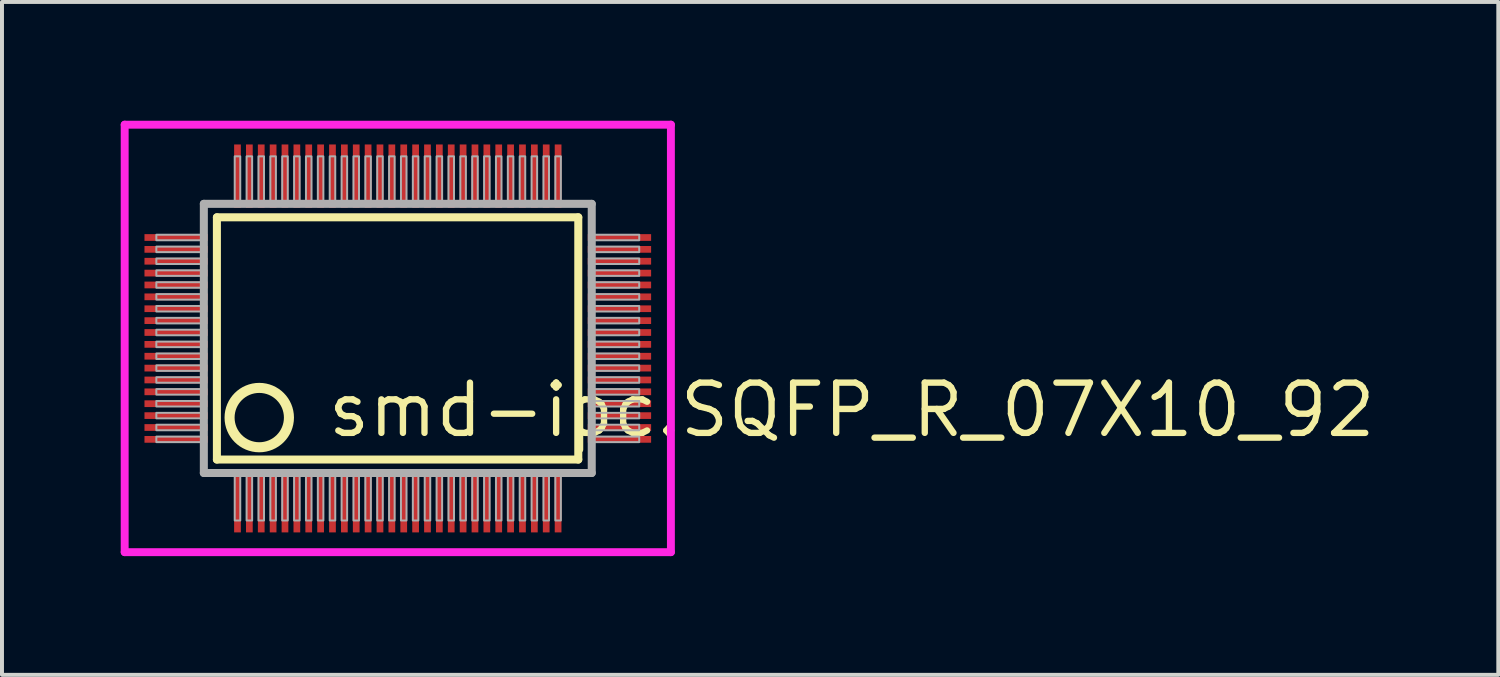
<source format=kicad_pcb>
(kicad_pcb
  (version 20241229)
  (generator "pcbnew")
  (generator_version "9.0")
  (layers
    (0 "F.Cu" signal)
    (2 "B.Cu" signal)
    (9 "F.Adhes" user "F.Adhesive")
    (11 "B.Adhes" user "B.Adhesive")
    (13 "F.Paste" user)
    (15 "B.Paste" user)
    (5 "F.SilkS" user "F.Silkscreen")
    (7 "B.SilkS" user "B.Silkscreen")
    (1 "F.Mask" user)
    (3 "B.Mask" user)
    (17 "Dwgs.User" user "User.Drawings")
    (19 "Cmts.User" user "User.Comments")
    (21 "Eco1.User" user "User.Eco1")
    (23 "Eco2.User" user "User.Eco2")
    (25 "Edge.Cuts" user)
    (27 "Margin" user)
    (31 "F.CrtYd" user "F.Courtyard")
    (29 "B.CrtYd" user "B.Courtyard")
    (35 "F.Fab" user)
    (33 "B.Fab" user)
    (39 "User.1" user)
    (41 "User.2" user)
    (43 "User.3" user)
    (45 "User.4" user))
  (footprint "smd-ipc.SQFP_R_07X10_92"
    (layer "F.Cu")
    (at 7 5.5)
    (property "Reference" "smd-ipc.SQFP_R_07X10_92" (at -1.85 2.55 0) (layer "F.SilkS") (effects (font (size 1.27 1.27) (thickness 0.16)) (justify left bottom)))
    (attr smd)
    (fp_line (start -4.57 -3.06) (end 4.56 -3.06) (stroke (width 0.203) (type default)) (layer "F.SilkS"))
    (fp_line (start -4.57 3.06) (end -4.57 -3.06) (stroke (width 0.203) (type default)) (layer "F.SilkS"))
    (fp_line (start 4.56 -3.06) (end 4.56 3.06) (stroke (width 0.203) (type default)) (layer "F.SilkS"))
    (fp_line (start 4.56 3.06) (end -4.57 3.06) (stroke (width 0.203) (type default)) (layer "F.SilkS"))
    (fp_circle (center -3.5 2) (end -2.75 2) (stroke (width 0.254) (type default)) (fill no) (layer "F.SilkS"))
    (fp_line (start -6.9 -5.4) (end 6.9 -5.4) (stroke (width 0.2) (type default)) (layer "F.CrtYd"))
    (fp_line (start -6.9 5.4) (end -6.9 -5.4) (stroke (width 0.2) (type default)) (layer "F.CrtYd"))
    (fp_line (start 6.9 -5.4) (end 6.9 5.4) (stroke (width 0.2) (type default)) (layer "F.CrtYd"))
    (fp_line (start 6.9 5.4) (end -6.9 5.4) (stroke (width 0.2) (type default)) (layer "F.CrtYd"))
    (fp_line (start -4.9 -3.4) (end -4.9 3.4) (stroke (width 0.203) (type default)) (layer "F.Fab"))
    (fp_line (start -4.9 3.4) (end 4.9 3.4) (stroke (width 0.203) (type default)) (layer "F.Fab"))
    (fp_line (start 4.9 -3.4) (end -4.9 -3.4) (stroke (width 0.203) (type default)) (layer "F.Fab"))
    (fp_line (start 4.9 3.4) (end 4.9 -3.4) (stroke (width 0.203) (type default)) (layer "F.Fab"))
    (fp_rect (start -6.1 -2.48) (end -4.95 -2.62) (stroke (width 0.05) (type default)) (fill no) (layer "F.Fab"))
    (fp_rect (start -6.1 -2.18) (end -4.95 -2.32) (stroke (width 0.05) (type default)) (fill no) (layer "F.Fab"))
    (fp_rect (start -6.1 -1.88) (end -4.95 -2.02) (stroke (width 0.05) (type default)) (fill no) (layer "F.Fab"))
    (fp_rect (start -6.1 -1.58) (end -4.95 -1.72) (stroke (width 0.05) (type default)) (fill no) (layer "F.Fab"))
    (fp_rect (start -6.1 -1.28) (end -4.95 -1.42) (stroke (width 0.05) (type default)) (fill no) (layer "F.Fab"))
    (fp_rect (start -6.1 -0.98) (end -4.95 -1.12) (stroke (width 0.05) (type default)) (fill no) (layer "F.Fab"))
    (fp_rect (start -6.1 -0.68) (end -4.95 -0.82) (stroke (width 0.05) (type default)) (fill no) (layer "F.Fab"))
    (fp_rect (start -6.1 -0.38) (end -4.95 -0.52) (stroke (width 0.05) (type default)) (fill no) (layer "F.Fab"))
    (fp_rect (start -6.1 -0.08) (end -4.95 -0.22) (stroke (width 0.05) (type default)) (fill no) (layer "F.Fab"))
    (fp_rect (start -6.1 0.22) (end -4.95 0.08) (stroke (width 0.05) (type default)) (fill no) (layer "F.Fab"))
    (fp_rect (start -6.1 0.52) (end -4.95 0.38) (stroke (width 0.05) (type default)) (fill no) (layer "F.Fab"))
    (fp_rect (start -6.1 0.82) (end -4.95 0.68) (stroke (width 0.05) (type default)) (fill no) (layer "F.Fab"))
    (fp_rect (start -6.1 1.12) (end -4.95 0.98) (stroke (width 0.05) (type default)) (fill no) (layer "F.Fab"))
    (fp_rect (start -6.1 1.42) (end -4.95 1.28) (stroke (width 0.05) (type default)) (fill no) (layer "F.Fab"))
    (fp_rect (start -6.1 1.72) (end -4.95 1.58) (stroke (width 0.05) (type default)) (fill no) (layer "F.Fab"))
    (fp_rect (start -6.1 2.02) (end -4.95 1.88) (stroke (width 0.05) (type default)) (fill no) (layer "F.Fab"))
    (fp_rect (start -6.1 2.32) (end -4.95 2.18) (stroke (width 0.05) (type default)) (fill no) (layer "F.Fab"))
    (fp_rect (start -6.1 2.62) (end -4.95 2.48) (stroke (width 0.05) (type default)) (fill no) (layer "F.Fab"))
    (fp_rect (start -4.12 -3.45) (end -3.98 -4.6) (stroke (width 0.05) (type default)) (fill no) (layer "F.Fab"))
    (fp_rect (start -4.12 4.6) (end -3.98 3.45) (stroke (width 0.05) (type default)) (fill no) (layer "F.Fab"))
    (fp_rect (start -3.82 -3.45) (end -3.68 -4.6) (stroke (width 0.05) (type default)) (fill no) (layer "F.Fab"))
    (fp_rect (start -3.82 4.6) (end -3.68 3.45) (stroke (width 0.05) (type default)) (fill no) (layer "F.Fab"))
    (fp_rect (start -3.52 -3.45) (end -3.38 -4.6) (stroke (width 0.05) (type default)) (fill no) (layer "F.Fab"))
    (fp_rect (start -3.52 4.6) (end -3.38 3.45) (stroke (width 0.05) (type default)) (fill no) (layer "F.Fab"))
    (fp_rect (start -3.22 -3.45) (end -3.08 -4.6) (stroke (width 0.05) (type default)) (fill no) (layer "F.Fab"))
    (fp_rect (start -3.22 4.6) (end -3.08 3.45) (stroke (width 0.05) (type default)) (fill no) (layer "F.Fab"))
    (fp_rect (start -2.92 -3.45) (end -2.78 -4.6) (stroke (width 0.05) (type default)) (fill no) (layer "F.Fab"))
    (fp_rect (start -2.92 4.6) (end -2.78 3.45) (stroke (width 0.05) (type default)) (fill no) (layer "F.Fab"))
    (fp_rect (start -2.62 -3.45) (end -2.48 -4.6) (stroke (width 0.05) (type default)) (fill no) (layer "F.Fab"))
    (fp_rect (start -2.62 4.6) (end -2.48 3.45) (stroke (width 0.05) (type default)) (fill no) (layer "F.Fab"))
    (fp_rect (start -2.32 -3.45) (end -2.18 -4.6) (stroke (width 0.05) (type default)) (fill no) (layer "F.Fab"))
    (fp_rect (start -2.32 4.6) (end -2.18 3.45) (stroke (width 0.05) (type default)) (fill no) (layer "F.Fab"))
    (fp_rect (start -2.02 -3.45) (end -1.88 -4.6) (stroke (width 0.05) (type default)) (fill no) (layer "F.Fab"))
    (fp_rect (start -2.02 4.6) (end -1.88 3.45) (stroke (width 0.05) (type default)) (fill no) (layer "F.Fab"))
    (fp_rect (start -1.72 -3.45) (end -1.58 -4.6) (stroke (width 0.05) (type default)) (fill no) (layer "F.Fab"))
    (fp_rect (start -1.72 4.6) (end -1.58 3.45) (stroke (width 0.05) (type default)) (fill no) (layer "F.Fab"))
    (fp_rect (start -1.42 -3.45) (end -1.28 -4.6) (stroke (width 0.05) (type default)) (fill no) (layer "F.Fab"))
    (fp_rect (start -1.42 4.6) (end -1.28 3.45) (stroke (width 0.05) (type default)) (fill no) (layer "F.Fab"))
    (fp_rect (start -1.12 -3.45) (end -0.98 -4.6) (stroke (width 0.05) (type default)) (fill no) (layer "F.Fab"))
    (fp_rect (start -1.12 4.6) (end -0.98 3.45) (stroke (width 0.05) (type default)) (fill no) (layer "F.Fab"))
    (fp_rect (start -0.82 -3.45) (end -0.68 -4.6) (stroke (width 0.05) (type default)) (fill no) (layer "F.Fab"))
    (fp_rect (start -0.82 4.6) (end -0.68 3.45) (stroke (width 0.05) (type default)) (fill no) (layer "F.Fab"))
    (fp_rect (start -0.52 -3.45) (end -0.38 -4.6) (stroke (width 0.05) (type default)) (fill no) (layer "F.Fab"))
    (fp_rect (start -0.52 4.6) (end -0.38 3.45) (stroke (width 0.05) (type default)) (fill no) (layer "F.Fab"))
    (fp_rect (start -0.22 -3.45) (end -0.08 -4.6) (stroke (width 0.05) (type default)) (fill no) (layer "F.Fab"))
    (fp_rect (start -0.22 4.6) (end -0.08 3.45) (stroke (width 0.05) (type default)) (fill no) (layer "F.Fab"))
    (fp_rect (start 0.08 -3.45) (end 0.22 -4.6) (stroke (width 0.05) (type default)) (fill no) (layer "F.Fab"))
    (fp_rect (start 0.08 4.6) (end 0.22 3.45) (stroke (width 0.05) (type default)) (fill no) (layer "F.Fab"))
    (fp_rect (start 0.38 -3.45) (end 0.52 -4.6) (stroke (width 0.05) (type default)) (fill no) (layer "F.Fab"))
    (fp_rect (start 0.38 4.6) (end 0.52 3.45) (stroke (width 0.05) (type default)) (fill no) (layer "F.Fab"))
    (fp_rect (start 0.68 -3.45) (end 0.82 -4.6) (stroke (width 0.05) (type default)) (fill no) (layer "F.Fab"))
    (fp_rect (start 0.68 4.6) (end 0.82 3.45) (stroke (width 0.05) (type default)) (fill no) (layer "F.Fab"))
    (fp_rect (start 0.98 -3.45) (end 1.12 -4.6) (stroke (width 0.05) (type default)) (fill no) (layer "F.Fab"))
    (fp_rect (start 0.98 4.6) (end 1.12 3.45) (stroke (width 0.05) (type default)) (fill no) (layer "F.Fab"))
    (fp_rect (start 1.28 -3.45) (end 1.42 -4.6) (stroke (width 0.05) (type default)) (fill no) (layer "F.Fab"))
    (fp_rect (start 1.28 4.6) (end 1.42 3.45) (stroke (width 0.05) (type default)) (fill no) (layer "F.Fab"))
    (fp_rect (start 1.58 -3.45) (end 1.72 -4.6) (stroke (width 0.05) (type default)) (fill no) (layer "F.Fab"))
    (fp_rect (start 1.58 4.6) (end 1.72 3.45) (stroke (width 0.05) (type default)) (fill no) (layer "F.Fab"))
    (fp_rect (start 1.88 -3.45) (end 2.02 -4.6) (stroke (width 0.05) (type default)) (fill no) (layer "F.Fab"))
    (fp_rect (start 1.88 4.6) (end 2.02 3.45) (stroke (width 0.05) (type default)) (fill no) (layer "F.Fab"))
    (fp_rect (start 2.18 -3.45) (end 2.32 -4.6) (stroke (width 0.05) (type default)) (fill no) (layer "F.Fab"))
    (fp_rect (start 2.18 4.6) (end 2.32 3.45) (stroke (width 0.05) (type default)) (fill no) (layer "F.Fab"))
    (fp_rect (start 2.48 -3.45) (end 2.62 -4.6) (stroke (width 0.05) (type default)) (fill no) (layer "F.Fab"))
    (fp_rect (start 2.48 4.6) (end 2.62 3.45) (stroke (width 0.05) (type default)) (fill no) (layer "F.Fab"))
    (fp_rect (start 2.78 -3.45) (end 2.92 -4.6) (stroke (width 0.05) (type default)) (fill no) (layer "F.Fab"))
    (fp_rect (start 2.78 4.6) (end 2.92 3.45) (stroke (width 0.05) (type default)) (fill no) (layer "F.Fab"))
    (fp_rect (start 3.08 -3.45) (end 3.22 -4.6) (stroke (width 0.05) (type default)) (fill no) (layer "F.Fab"))
    (fp_rect (start 3.08 4.6) (end 3.22 3.45) (stroke (width 0.05) (type default)) (fill no) (layer "F.Fab"))
    (fp_rect (start 3.38 -3.45) (end 3.52 -4.6) (stroke (width 0.05) (type default)) (fill no) (layer "F.Fab"))
    (fp_rect (start 3.38 4.6) (end 3.52 3.45) (stroke (width 0.05) (type default)) (fill no) (layer "F.Fab"))
    (fp_rect (start 3.68 -3.45) (end 3.82 -4.6) (stroke (width 0.05) (type default)) (fill no) (layer "F.Fab"))
    (fp_rect (start 3.68 4.6) (end 3.82 3.45) (stroke (width 0.05) (type default)) (fill no) (layer "F.Fab"))
    (fp_rect (start 3.98 -3.45) (end 4.12 -4.6) (stroke (width 0.05) (type default)) (fill no) (layer "F.Fab"))
    (fp_rect (start 3.98 4.6) (end 4.12 3.45) (stroke (width 0.05) (type default)) (fill no) (layer "F.Fab"))
    (fp_rect (start 4.95 -2.48) (end 6.1 -2.62) (stroke (width 0.05) (type default)) (fill no) (layer "F.Fab"))
    (fp_rect (start 4.95 -2.18) (end 6.1 -2.32) (stroke (width 0.05) (type default)) (fill no) (layer "F.Fab"))
    (fp_rect (start 4.95 -1.88) (end 6.1 -2.02) (stroke (width 0.05) (type default)) (fill no) (layer "F.Fab"))
    (fp_rect (start 4.95 -1.58) (end 6.1 -1.72) (stroke (width 0.05) (type default)) (fill no) (layer "F.Fab"))
    (fp_rect (start 4.95 -1.28) (end 6.1 -1.42) (stroke (width 0.05) (type default)) (fill no) (layer "F.Fab"))
    (fp_rect (start 4.95 -0.98) (end 6.1 -1.12) (stroke (width 0.05) (type default)) (fill no) (layer "F.Fab"))
    (fp_rect (start 4.95 -0.68) (end 6.1 -0.82) (stroke (width 0.05) (type default)) (fill no) (layer "F.Fab"))
    (fp_rect (start 4.95 -0.38) (end 6.1 -0.52) (stroke (width 0.05) (type default)) (fill no) (layer "F.Fab"))
    (fp_rect (start 4.95 -0.08) (end 6.1 -0.22) (stroke (width 0.05) (type default)) (fill no) (layer "F.Fab"))
    (fp_rect (start 4.95 0.22) (end 6.1 0.08) (stroke (width 0.05) (type default)) (fill no) (layer "F.Fab"))
    (fp_rect (start 4.95 0.52) (end 6.1 0.38) (stroke (width 0.05) (type default)) (fill no) (layer "F.Fab"))
    (fp_rect (start 4.95 0.82) (end 6.1 0.68) (stroke (width 0.05) (type default)) (fill no) (layer "F.Fab"))
    (fp_rect (start 4.95 1.12) (end 6.1 0.98) (stroke (width 0.05) (type default)) (fill no) (layer "F.Fab"))
    (fp_rect (start 4.95 1.42) (end 6.1 1.28) (stroke (width 0.05) (type default)) (fill no) (layer "F.Fab"))
    (fp_rect (start 4.95 1.72) (end 6.1 1.58) (stroke (width 0.05) (type default)) (fill no) (layer "F.Fab"))
    (fp_rect (start 4.95 2.02) (end 6.1 1.88) (stroke (width 0.05) (type default)) (fill no) (layer "F.Fab"))
    (fp_rect (start 4.95 2.32) (end 6.1 2.18) (stroke (width 0.05) (type default)) (fill no) (layer "F.Fab"))
    (fp_rect (start 4.95 2.62) (end 6.1 2.48) (stroke (width 0.05) (type default)) (fill no) (layer "F.Fab"))
    (pad "1" smd roundrect (at -4.05 4.1) (size 0.17 1.6) (layers "F.Cu" "F.Mask" "F.Paste") (roundrect_rratio 0.01))
    (pad "2" smd roundrect (at -3.75 4.1) (size 0.17 1.6) (layers "F.Cu" "F.Mask" "F.Paste") (roundrect_rratio 0.01))
    (pad "3" smd roundrect (at -3.45 4.1) (size 0.17 1.6) (layers "F.Cu" "F.Mask" "F.Paste") (roundrect_rratio 0.01))
    (pad "4" smd roundrect (at -3.15 4.1) (size 0.17 1.6) (layers "F.Cu" "F.Mask" "F.Paste") (roundrect_rratio 0.01))
    (pad "5" smd roundrect (at -2.85 4.1) (size 0.17 1.6) (layers "F.Cu" "F.Mask" "F.Paste") (roundrect_rratio 0.01))
    (pad "6" smd roundrect (at -2.55 4.1) (size 0.17 1.6) (layers "F.Cu" "F.Mask" "F.Paste") (roundrect_rratio 0.01))
    (pad "7" smd roundrect (at -2.25 4.1) (size 0.17 1.6) (layers "F.Cu" "F.Mask" "F.Paste") (roundrect_rratio 0.01))
    (pad "8" smd roundrect (at -1.95 4.1) (size 0.17 1.6) (layers "F.Cu" "F.Mask" "F.Paste") (roundrect_rratio 0.01))
    (pad "9" smd roundrect (at -1.65 4.1) (size 0.17 1.6) (layers "F.Cu" "F.Mask" "F.Paste") (roundrect_rratio 0.01))
    (pad "10" smd roundrect (at -1.35 4.1) (size 0.17 1.6) (layers "F.Cu" "F.Mask" "F.Paste") (roundrect_rratio 0.01))
    (pad "11" smd roundrect (at -1.05 4.1) (size 0.17 1.6) (layers "F.Cu" "F.Mask" "F.Paste") (roundrect_rratio 0.01))
    (pad "12" smd roundrect (at -0.75 4.1) (size 0.17 1.6) (layers "F.Cu" "F.Mask" "F.Paste") (roundrect_rratio 0.01))
    (pad "13" smd roundrect (at -0.45 4.1) (size 0.17 1.6) (layers "F.Cu" "F.Mask" "F.Paste") (roundrect_rratio 0.01))
    (pad "14" smd roundrect (at -0.15 4.1) (size 0.17 1.6) (layers "F.Cu" "F.Mask" "F.Paste") (roundrect_rratio 0.01))
    (pad "15" smd roundrect (at 0.15 4.1) (size 0.17 1.6) (layers "F.Cu" "F.Mask" "F.Paste") (roundrect_rratio 0.01))
    (pad "16" smd roundrect (at 0.45 4.1) (size 0.17 1.6) (layers "F.Cu" "F.Mask" "F.Paste") (roundrect_rratio 0.01))
    (pad "17" smd roundrect (at 0.75 4.1) (size 0.17 1.6) (layers "F.Cu" "F.Mask" "F.Paste") (roundrect_rratio 0.01))
    (pad "18" smd roundrect (at 1.05 4.1) (size 0.17 1.6) (layers "F.Cu" "F.Mask" "F.Paste") (roundrect_rratio 0.01))
    (pad "19" smd roundrect (at 1.35 4.1) (size 0.17 1.6) (layers "F.Cu" "F.Mask" "F.Paste") (roundrect_rratio 0.01))
    (pad "20" smd roundrect (at 1.65 4.1) (size 0.17 1.6) (layers "F.Cu" "F.Mask" "F.Paste") (roundrect_rratio 0.01))
    (pad "21" smd roundrect (at 1.95 4.1) (size 0.17 1.6) (layers "F.Cu" "F.Mask" "F.Paste") (roundrect_rratio 0.01))
    (pad "22" smd roundrect (at 2.25 4.1) (size 0.17 1.6) (layers "F.Cu" "F.Mask" "F.Paste") (roundrect_rratio 0.01))
    (pad "23" smd roundrect (at 2.55 4.1) (size 0.17 1.6) (layers "F.Cu" "F.Mask" "F.Paste") (roundrect_rratio 0.01))
    (pad "24" smd roundrect (at 2.85 4.1) (size 0.17 1.6) (layers "F.Cu" "F.Mask" "F.Paste") (roundrect_rratio 0.01))
    (pad "25" smd roundrect (at 3.15 4.1) (size 0.17 1.6) (layers "F.Cu" "F.Mask" "F.Paste") (roundrect_rratio 0.01))
    (pad "26" smd roundrect (at 3.45 4.1) (size 0.17 1.6) (layers "F.Cu" "F.Mask" "F.Paste") (roundrect_rratio 0.01))
    (pad "27" smd roundrect (at 3.75 4.1) (size 0.17 1.6) (layers "F.Cu" "F.Mask" "F.Paste") (roundrect_rratio 0.01))
    (pad "28" smd roundrect (at 4.05 4.1) (size 0.17 1.6) (layers "F.Cu" "F.Mask" "F.Paste") (roundrect_rratio 0.01))
    (pad "29" smd roundrect (at 5.6 2.55) (size 1.6 0.17) (layers "F.Cu" "F.Mask" "F.Paste") (roundrect_rratio 0.01))
    (pad "30" smd roundrect (at 5.6 2.25) (size 1.6 0.17) (layers "F.Cu" "F.Mask" "F.Paste") (roundrect_rratio 0.01))
    (pad "31" smd roundrect (at 5.6 1.95) (size 1.6 0.17) (layers "F.Cu" "F.Mask" "F.Paste") (roundrect_rratio 0.01))
    (pad "32" smd roundrect (at 5.6 1.65) (size 1.6 0.17) (layers "F.Cu" "F.Mask" "F.Paste") (roundrect_rratio 0.01))
    (pad "33" smd roundrect (at 5.6 1.35) (size 1.6 0.17) (layers "F.Cu" "F.Mask" "F.Paste") (roundrect_rratio 0.01))
    (pad "34" smd roundrect (at 5.6 1.05) (size 1.6 0.17) (layers "F.Cu" "F.Mask" "F.Paste") (roundrect_rratio 0.01))
    (pad "35" smd roundrect (at 5.6 0.75) (size 1.6 0.17) (layers "F.Cu" "F.Mask" "F.Paste") (roundrect_rratio 0.01))
    (pad "36" smd roundrect (at 5.6 0.45) (size 1.6 0.17) (layers "F.Cu" "F.Mask" "F.Paste") (roundrect_rratio 0.01))
    (pad "37" smd roundrect (at 5.6 0.15) (size 1.6 0.17) (layers "F.Cu" "F.Mask" "F.Paste") (roundrect_rratio 0.01))
    (pad "38" smd roundrect (at 5.6 -0.15) (size 1.6 0.17) (layers "F.Cu" "F.Mask" "F.Paste") (roundrect_rratio 0.01))
    (pad "39" smd roundrect (at 5.6 -0.45) (size 1.6 0.17) (layers "F.Cu" "F.Mask" "F.Paste") (roundrect_rratio 0.01))
    (pad "40" smd roundrect (at 5.6 -0.75) (size 1.6 0.17) (layers "F.Cu" "F.Mask" "F.Paste") (roundrect_rratio 0.01))
    (pad "41" smd roundrect (at 5.6 -1.05) (size 1.6 0.17) (layers "F.Cu" "F.Mask" "F.Paste") (roundrect_rratio 0.01))
    (pad "42" smd roundrect (at 5.6 -1.35) (size 1.6 0.17) (layers "F.Cu" "F.Mask" "F.Paste") (roundrect_rratio 0.01))
    (pad "43" smd roundrect (at 5.6 -1.65) (size 1.6 0.17) (layers "F.Cu" "F.Mask" "F.Paste") (roundrect_rratio 0.01))
    (pad "44" smd roundrect (at 5.6 -1.95) (size 1.6 0.17) (layers "F.Cu" "F.Mask" "F.Paste") (roundrect_rratio 0.01))
    (pad "45" smd roundrect (at 5.6 -2.25) (size 1.6 0.17) (layers "F.Cu" "F.Mask" "F.Paste") (roundrect_rratio 0.01))
    (pad "46" smd roundrect (at 5.6 -2.55) (size 1.6 0.17) (layers "F.Cu" "F.Mask" "F.Paste") (roundrect_rratio 0.01))
    (pad "47" smd roundrect (at 4.05 -4.1) (size 0.17 1.6) (layers "F.Cu" "F.Mask" "F.Paste") (roundrect_rratio 0.01))
    (pad "48" smd roundrect (at 3.75 -4.1) (size 0.17 1.6) (layers "F.Cu" "F.Mask" "F.Paste") (roundrect_rratio 0.01))
    (pad "49" smd roundrect (at 3.45 -4.1) (size 0.17 1.6) (layers "F.Cu" "F.Mask" "F.Paste") (roundrect_rratio 0.01))
    (pad "50" smd roundrect (at 3.15 -4.1) (size 0.17 1.6) (layers "F.Cu" "F.Mask" "F.Paste") (roundrect_rratio 0.01))
    (pad "51" smd roundrect (at 2.85 -4.1) (size 0.17 1.6) (layers "F.Cu" "F.Mask" "F.Paste") (roundrect_rratio 0.01))
    (pad "52" smd roundrect (at 2.55 -4.1) (size 0.17 1.6) (layers "F.Cu" "F.Mask" "F.Paste") (roundrect_rratio 0.01))
    (pad "53" smd roundrect (at 2.25 -4.1) (size 0.17 1.6) (layers "F.Cu" "F.Mask" "F.Paste") (roundrect_rratio 0.01))
    (pad "54" smd roundrect (at 1.95 -4.1) (size 0.17 1.6) (layers "F.Cu" "F.Mask" "F.Paste") (roundrect_rratio 0.01))
    (pad "55" smd roundrect (at 1.65 -4.1) (size 0.17 1.6) (layers "F.Cu" "F.Mask" "F.Paste") (roundrect_rratio 0.01))
    (pad "56" smd roundrect (at 1.35 -4.1) (size 0.17 1.6) (layers "F.Cu" "F.Mask" "F.Paste") (roundrect_rratio 0.01))
    (pad "57" smd roundrect (at 1.05 -4.1) (size 0.17 1.6) (layers "F.Cu" "F.Mask" "F.Paste") (roundrect_rratio 0.01))
    (pad "58" smd roundrect (at 0.75 -4.1) (size 0.17 1.6) (layers "F.Cu" "F.Mask" "F.Paste") (roundrect_rratio 0.01))
    (pad "59" smd roundrect (at 0.45 -4.1) (size 0.17 1.6) (layers "F.Cu" "F.Mask" "F.Paste") (roundrect_rratio 0.01))
    (pad "60" smd roundrect (at 0.15 -4.1) (size 0.17 1.6) (layers "F.Cu" "F.Mask" "F.Paste") (roundrect_rratio 0.01))
    (pad "61" smd roundrect (at -0.15 -4.1) (size 0.17 1.6) (layers "F.Cu" "F.Mask" "F.Paste") (roundrect_rratio 0.01))
    (pad "62" smd roundrect (at -0.45 -4.1) (size 0.17 1.6) (layers "F.Cu" "F.Mask" "F.Paste") (roundrect_rratio 0.01))
    (pad "63" smd roundrect (at -0.75 -4.1) (size 0.17 1.6) (layers "F.Cu" "F.Mask" "F.Paste") (roundrect_rratio 0.01))
    (pad "64" smd roundrect (at -1.05 -4.1) (size 0.17 1.6) (layers "F.Cu" "F.Mask" "F.Paste") (roundrect_rratio 0.01))
    (pad "65" smd roundrect (at -1.35 -4.1) (size 0.17 1.6) (layers "F.Cu" "F.Mask" "F.Paste") (roundrect_rratio 0.01))
    (pad "66" smd roundrect (at -1.65 -4.1) (size 0.17 1.6) (layers "F.Cu" "F.Mask" "F.Paste") (roundrect_rratio 0.01))
    (pad "67" smd roundrect (at -1.95 -4.1) (size 0.17 1.6) (layers "F.Cu" "F.Mask" "F.Paste") (roundrect_rratio 0.01))
    (pad "68" smd roundrect (at -2.25 -4.1) (size 0.17 1.6) (layers "F.Cu" "F.Mask" "F.Paste") (roundrect_rratio 0.01))
    (pad "69" smd roundrect (at -2.55 -4.1) (size 0.17 1.6) (layers "F.Cu" "F.Mask" "F.Paste") (roundrect_rratio 0.01))
    (pad "70" smd roundrect (at -2.85 -4.1) (size 0.17 1.6) (layers "F.Cu" "F.Mask" "F.Paste") (roundrect_rratio 0.01))
    (pad "71" smd roundrect (at -3.15 -4.1) (size 0.17 1.6) (layers "F.Cu" "F.Mask" "F.Paste") (roundrect_rratio 0.01))
    (pad "72" smd roundrect (at -3.45 -4.1) (size 0.17 1.6) (layers "F.Cu" "F.Mask" "F.Paste") (roundrect_rratio 0.01))
    (pad "73" smd roundrect (at -3.75 -4.1) (size 0.17 1.6) (layers "F.Cu" "F.Mask" "F.Paste") (roundrect_rratio 0.01))
    (pad "74" smd roundrect (at -4.05 -4.1) (size 0.17 1.6) (layers "F.Cu" "F.Mask" "F.Paste") (roundrect_rratio 0.01))
    (pad "75" smd roundrect (at -5.6 -2.55) (size 1.6 0.17) (layers "F.Cu" "F.Mask" "F.Paste") (roundrect_rratio 0.01))
    (pad "76" smd roundrect (at -5.6 -2.25) (size 1.6 0.17) (layers "F.Cu" "F.Mask" "F.Paste") (roundrect_rratio 0.01))
    (pad "77" smd roundrect (at -5.6 -1.95) (size 1.6 0.17) (layers "F.Cu" "F.Mask" "F.Paste") (roundrect_rratio 0.01))
    (pad "78" smd roundrect (at -5.6 -1.65) (size 1.6 0.17) (layers "F.Cu" "F.Mask" "F.Paste") (roundrect_rratio 0.01))
    (pad "79" smd roundrect (at -5.6 -1.35) (size 1.6 0.17) (layers "F.Cu" "F.Mask" "F.Paste") (roundrect_rratio 0.01))
    (pad "80" smd roundrect (at -5.6 -1.05) (size 1.6 0.17) (layers "F.Cu" "F.Mask" "F.Paste") (roundrect_rratio 0.01))
    (pad "81" smd roundrect (at -5.6 -0.75) (size 1.6 0.17) (layers "F.Cu" "F.Mask" "F.Paste") (roundrect_rratio 0.01))
    (pad "82" smd roundrect (at -5.6 -0.45) (size 1.6 0.17) (layers "F.Cu" "F.Mask" "F.Paste") (roundrect_rratio 0.01))
    (pad "83" smd roundrect (at -5.6 -0.15) (size 1.6 0.17) (layers "F.Cu" "F.Mask" "F.Paste") (roundrect_rratio 0.01))
    (pad "84" smd roundrect (at -5.6 0.15) (size 1.6 0.17) (layers "F.Cu" "F.Mask" "F.Paste") (roundrect_rratio 0.01))
    (pad "85" smd roundrect (at -5.6 0.45) (size 1.6 0.17) (layers "F.Cu" "F.Mask" "F.Paste") (roundrect_rratio 0.01))
    (pad "86" smd roundrect (at -5.6 0.75) (size 1.6 0.17) (layers "F.Cu" "F.Mask" "F.Paste") (roundrect_rratio 0.01))
    (pad "87" smd roundrect (at -5.6 1.05) (size 1.6 0.17) (layers "F.Cu" "F.Mask" "F.Paste") (roundrect_rratio 0.01))
    (pad "88" smd roundrect (at -5.6 1.35) (size 1.6 0.17) (layers "F.Cu" "F.Mask" "F.Paste") (roundrect_rratio 0.01))
    (pad "89" smd roundrect (at -5.6 1.65) (size 1.6 0.17) (layers "F.Cu" "F.Mask" "F.Paste") (roundrect_rratio 0.01))
    (pad "90" smd roundrect (at -5.6 1.95) (size 1.6 0.17) (layers "F.Cu" "F.Mask" "F.Paste") (roundrect_rratio 0.01))
    (pad "91" smd roundrect (at -5.6 2.25) (size 1.6 0.17) (layers "F.Cu" "F.Mask" "F.Paste") (roundrect_rratio 0.01))
    (pad "92" smd roundrect (at -5.6 2.55) (size 1.6 0.17) (layers "F.Cu" "F.Mask" "F.Paste") (roundrect_rratio 0.01)))
  (gr_rect
    (start -3 -3)
    (end 34.804 14)
    (stroke (width 0.1) (type default))
    (fill no)
    (layer "Edge.Cuts")))
</source>
